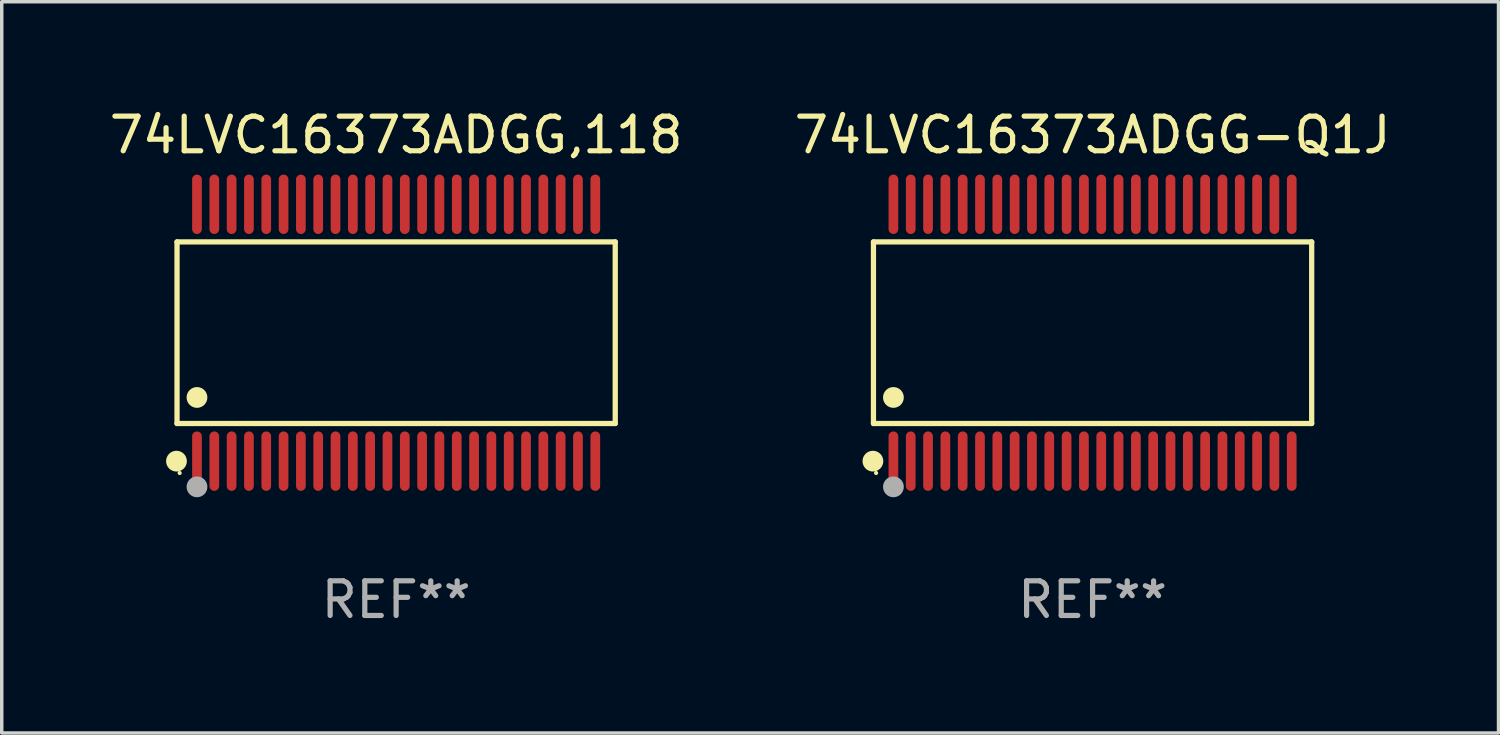
<source format=kicad_pcb>
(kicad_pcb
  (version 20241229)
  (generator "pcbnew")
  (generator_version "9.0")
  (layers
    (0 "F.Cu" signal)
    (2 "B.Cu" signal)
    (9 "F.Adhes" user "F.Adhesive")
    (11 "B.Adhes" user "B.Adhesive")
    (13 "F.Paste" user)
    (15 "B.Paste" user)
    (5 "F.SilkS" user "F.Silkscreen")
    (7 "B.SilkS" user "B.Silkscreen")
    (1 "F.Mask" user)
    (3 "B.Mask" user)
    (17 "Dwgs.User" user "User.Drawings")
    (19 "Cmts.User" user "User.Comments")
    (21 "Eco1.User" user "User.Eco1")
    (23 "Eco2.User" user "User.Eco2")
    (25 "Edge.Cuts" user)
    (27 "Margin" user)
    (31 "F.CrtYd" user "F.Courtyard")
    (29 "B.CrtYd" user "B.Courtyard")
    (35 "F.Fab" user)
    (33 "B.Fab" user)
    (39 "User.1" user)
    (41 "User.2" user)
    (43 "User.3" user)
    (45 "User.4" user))
  (footprint "74LVC16373ADGG-Q1J"
    (layer "F.Cu")
    (at 28.494 6.556)
    (property "Reference" "74LVC16373ADGG-Q1J" (at 0 -5.708 0) (layer "F.SilkS") (effects (font (size 1 1) (thickness 0.15))))
    (attr through_hole)
    (fp_line (start -6.326 -2.622) (end 6.326 -2.622) (stroke (width 0.152) (type solid)) (layer "F.SilkS"))
    (fp_line (start -6.326 2.621) (end -6.326 -2.622) (stroke (width 0.152) (type solid)) (layer "F.SilkS"))
    (fp_line (start 6.326 -2.622) (end 6.326 2.621) (stroke (width 0.152) (type solid)) (layer "F.SilkS"))
    (fp_line (start 6.326 2.621) (end -6.326 2.621) (stroke (width 0.152) (type solid)) (layer "F.SilkS"))
    (fp_circle (center -6.342 3.708) (end -6.192 3.708) (stroke (width 0.3) (type solid)) (fill no) (layer "F.SilkS"))
    (fp_circle (center -6.25 4.05) (end -6.22 4.05) (stroke (width 0.06) (type solid)) (fill no) (layer "F.SilkS"))
    (fp_circle (center -5.75 1.869) (end -5.6 1.869) (stroke (width 0.3) (type solid)) (fill no) (layer "F.SilkS"))
    (fp_circle (center -5.75 4.45) (end -5.6 4.45) (stroke (width 0.3) (type solid)) (fill no) (layer "F.Fab"))
    (fp_text user "REF**" (at 0 7.708 0) (layer "F.Fab") (effects (font (size 1 1) (thickness 0.15))))
    (pad "1" smd oval (at -5.75 3.708) (size 0.28 1.715) (layers "F.Cu" "F.Mask" "F.Paste"))
    (pad "2" smd oval (at -5.25 3.708) (size 0.28 1.715) (layers "F.Cu" "F.Mask" "F.Paste"))
    (pad "3" smd oval (at -4.75 3.708) (size 0.28 1.715) (layers "F.Cu" "F.Mask" "F.Paste"))
    (pad "4" smd oval (at -4.25 3.708) (size 0.28 1.715) (layers "F.Cu" "F.Mask" "F.Paste"))
    (pad "5" smd oval (at -3.75 3.708) (size 0.28 1.715) (layers "F.Cu" "F.Mask" "F.Paste"))
    (pad "6" smd oval (at -3.25 3.708) (size 0.28 1.715) (layers "F.Cu" "F.Mask" "F.Paste"))
    (pad "7" smd oval (at -2.75 3.708) (size 0.28 1.715) (layers "F.Cu" "F.Mask" "F.Paste"))
    (pad "8" smd oval (at -2.25 3.708) (size 0.28 1.715) (layers "F.Cu" "F.Mask" "F.Paste"))
    (pad "9" smd oval (at -1.75 3.708) (size 0.28 1.715) (layers "F.Cu" "F.Mask" "F.Paste"))
    (pad "10" smd oval (at -1.25 3.708) (size 0.28 1.715) (layers "F.Cu" "F.Mask" "F.Paste"))
    (pad "11" smd oval (at -0.75 3.708) (size 0.28 1.715) (layers "F.Cu" "F.Mask" "F.Paste"))
    (pad "12" smd oval (at -0.25 3.708) (size 0.28 1.715) (layers "F.Cu" "F.Mask" "F.Paste"))
    (pad "13" smd oval (at 0.25 3.708) (size 0.28 1.715) (layers "F.Cu" "F.Mask" "F.Paste"))
    (pad "14" smd oval (at 0.75 3.708) (size 0.28 1.715) (layers "F.Cu" "F.Mask" "F.Paste"))
    (pad "15" smd oval (at 1.25 3.708) (size 0.28 1.715) (layers "F.Cu" "F.Mask" "F.Paste"))
    (pad "16" smd oval (at 1.75 3.708) (size 0.28 1.715) (layers "F.Cu" "F.Mask" "F.Paste"))
    (pad "17" smd oval (at 2.25 3.708) (size 0.28 1.715) (layers "F.Cu" "F.Mask" "F.Paste"))
    (pad "18" smd oval (at 2.75 3.708) (size 0.28 1.715) (layers "F.Cu" "F.Mask" "F.Paste"))
    (pad "19" smd oval (at 3.25 3.708) (size 0.28 1.715) (layers "F.Cu" "F.Mask" "F.Paste"))
    (pad "20" smd oval (at 3.75 3.708) (size 0.28 1.715) (layers "F.Cu" "F.Mask" "F.Paste"))
    (pad "21" smd oval (at 4.25 3.708) (size 0.28 1.715) (layers "F.Cu" "F.Mask" "F.Paste"))
    (pad "22" smd oval (at 4.75 3.708) (size 0.28 1.715) (layers "F.Cu" "F.Mask" "F.Paste"))
    (pad "23" smd oval (at 5.25 3.708) (size 0.28 1.715) (layers "F.Cu" "F.Mask" "F.Paste"))
    (pad "24" smd oval (at 5.75 3.708) (size 0.28 1.715) (layers "F.Cu" "F.Mask" "F.Paste"))
    (pad "25" smd oval (at 5.75 -3.708) (size 0.28 1.715) (layers "F.Cu" "F.Mask" "F.Paste"))
    (pad "26" smd oval (at 5.25 -3.708) (size 0.28 1.715) (layers "F.Cu" "F.Mask" "F.Paste"))
    (pad "27" smd oval (at 4.75 -3.708) (size 0.28 1.715) (layers "F.Cu" "F.Mask" "F.Paste"))
    (pad "28" smd oval (at 4.25 -3.708) (size 0.28 1.715) (layers "F.Cu" "F.Mask" "F.Paste"))
    (pad "29" smd oval (at 3.75 -3.708) (size 0.28 1.715) (layers "F.Cu" "F.Mask" "F.Paste"))
    (pad "30" smd oval (at 3.25 -3.708) (size 0.28 1.715) (layers "F.Cu" "F.Mask" "F.Paste"))
    (pad "31" smd oval (at 2.75 -3.708) (size 0.28 1.715) (layers "F.Cu" "F.Mask" "F.Paste"))
    (pad "32" smd oval (at 2.25 -3.708) (size 0.28 1.715) (layers "F.Cu" "F.Mask" "F.Paste"))
    (pad "33" smd oval (at 1.75 -3.708) (size 0.28 1.715) (layers "F.Cu" "F.Mask" "F.Paste"))
    (pad "34" smd oval (at 1.25 -3.708) (size 0.28 1.715) (layers "F.Cu" "F.Mask" "F.Paste"))
    (pad "35" smd oval (at 0.75 -3.708) (size 0.28 1.715) (layers "F.Cu" "F.Mask" "F.Paste"))
    (pad "36" smd oval (at 0.25 -3.708) (size 0.28 1.715) (layers "F.Cu" "F.Mask" "F.Paste"))
    (pad "37" smd oval (at -0.25 -3.708) (size 0.28 1.715) (layers "F.Cu" "F.Mask" "F.Paste"))
    (pad "38" smd oval (at -0.75 -3.708) (size 0.28 1.715) (layers "F.Cu" "F.Mask" "F.Paste"))
    (pad "39" smd oval (at -1.25 -3.708) (size 0.28 1.715) (layers "F.Cu" "F.Mask" "F.Paste"))
    (pad "40" smd oval (at -1.75 -3.708) (size 0.28 1.715) (layers "F.Cu" "F.Mask" "F.Paste"))
    (pad "41" smd oval (at -2.25 -3.708) (size 0.28 1.715) (layers "F.Cu" "F.Mask" "F.Paste"))
    (pad "42" smd oval (at -2.75 -3.708) (size 0.28 1.715) (layers "F.Cu" "F.Mask" "F.Paste"))
    (pad "43" smd oval (at -3.25 -3.708) (size 0.28 1.715) (layers "F.Cu" "F.Mask" "F.Paste"))
    (pad "44" smd oval (at -3.75 -3.708) (size 0.28 1.715) (layers "F.Cu" "F.Mask" "F.Paste"))
    (pad "45" smd oval (at -4.25 -3.708) (size 0.28 1.715) (layers "F.Cu" "F.Mask" "F.Paste"))
    (pad "46" smd oval (at -4.75 -3.708) (size 0.28 1.715) (layers "F.Cu" "F.Mask" "F.Paste"))
    (pad "47" smd oval (at -5.25 -3.708) (size 0.28 1.715) (layers "F.Cu" "F.Mask" "F.Paste"))
    (pad "48" smd oval (at -5.75 -3.708) (size 0.28 1.715) (layers "F.Cu" "F.Mask" "F.Paste")))
  (footprint "74LVC16373ADGG,118"
    (layer "F.Cu")
    (at 8.387 6.556)
    (property "Reference" "74LVC16373ADGG,118" (at 0 -5.708 0) (layer "F.SilkS") (effects (font (size 1 1) (thickness 0.15))))
    (attr through_hole)
    (fp_line (start -6.326 -2.622) (end 6.326 -2.622) (stroke (width 0.152) (type solid)) (layer "F.SilkS"))
    (fp_line (start -6.326 2.621) (end -6.326 -2.622) (stroke (width 0.152) (type solid)) (layer "F.SilkS"))
    (fp_line (start 6.326 -2.622) (end 6.326 2.621) (stroke (width 0.152) (type solid)) (layer "F.SilkS"))
    (fp_line (start 6.326 2.621) (end -6.326 2.621) (stroke (width 0.152) (type solid)) (layer "F.SilkS"))
    (fp_circle (center -6.342 3.708) (end -6.192 3.708) (stroke (width 0.3) (type solid)) (fill no) (layer "F.SilkS"))
    (fp_circle (center -6.25 4.05) (end -6.22 4.05) (stroke (width 0.06) (type solid)) (fill no) (layer "F.SilkS"))
    (fp_circle (center -5.75 1.869) (end -5.6 1.869) (stroke (width 0.3) (type solid)) (fill no) (layer "F.SilkS"))
    (fp_circle (center -5.75 4.45) (end -5.6 4.45) (stroke (width 0.3) (type solid)) (fill no) (layer "F.Fab"))
    (fp_text user "REF**" (at 0 7.708 0) (layer "F.Fab") (effects (font (size 1 1) (thickness 0.15))))
    (pad "1" smd oval (at -5.75 3.708) (size 0.28 1.715) (layers "F.Cu" "F.Mask" "F.Paste"))
    (pad "2" smd oval (at -5.25 3.708) (size 0.28 1.715) (layers "F.Cu" "F.Mask" "F.Paste"))
    (pad "3" smd oval (at -4.75 3.708) (size 0.28 1.715) (layers "F.Cu" "F.Mask" "F.Paste"))
    (pad "4" smd oval (at -4.25 3.708) (size 0.28 1.715) (layers "F.Cu" "F.Mask" "F.Paste"))
    (pad "5" smd oval (at -3.75 3.708) (size 0.28 1.715) (layers "F.Cu" "F.Mask" "F.Paste"))
    (pad "6" smd oval (at -3.25 3.708) (size 0.28 1.715) (layers "F.Cu" "F.Mask" "F.Paste"))
    (pad "7" smd oval (at -2.75 3.708) (size 0.28 1.715) (layers "F.Cu" "F.Mask" "F.Paste"))
    (pad "8" smd oval (at -2.25 3.708) (size 0.28 1.715) (layers "F.Cu" "F.Mask" "F.Paste"))
    (pad "9" smd oval (at -1.75 3.708) (size 0.28 1.715) (layers "F.Cu" "F.Mask" "F.Paste"))
    (pad "10" smd oval (at -1.25 3.708) (size 0.28 1.715) (layers "F.Cu" "F.Mask" "F.Paste"))
    (pad "11" smd oval (at -0.75 3.708) (size 0.28 1.715) (layers "F.Cu" "F.Mask" "F.Paste"))
    (pad "12" smd oval (at -0.25 3.708) (size 0.28 1.715) (layers "F.Cu" "F.Mask" "F.Paste"))
    (pad "13" smd oval (at 0.25 3.708) (size 0.28 1.715) (layers "F.Cu" "F.Mask" "F.Paste"))
    (pad "14" smd oval (at 0.75 3.708) (size 0.28 1.715) (layers "F.Cu" "F.Mask" "F.Paste"))
    (pad "15" smd oval (at 1.25 3.708) (size 0.28 1.715) (layers "F.Cu" "F.Mask" "F.Paste"))
    (pad "16" smd oval (at 1.75 3.708) (size 0.28 1.715) (layers "F.Cu" "F.Mask" "F.Paste"))
    (pad "17" smd oval (at 2.25 3.708) (size 0.28 1.715) (layers "F.Cu" "F.Mask" "F.Paste"))
    (pad "18" smd oval (at 2.75 3.708) (size 0.28 1.715) (layers "F.Cu" "F.Mask" "F.Paste"))
    (pad "19" smd oval (at 3.25 3.708) (size 0.28 1.715) (layers "F.Cu" "F.Mask" "F.Paste"))
    (pad "20" smd oval (at 3.75 3.708) (size 0.28 1.715) (layers "F.Cu" "F.Mask" "F.Paste"))
    (pad "21" smd oval (at 4.25 3.708) (size 0.28 1.715) (layers "F.Cu" "F.Mask" "F.Paste"))
    (pad "22" smd oval (at 4.75 3.708) (size 0.28 1.715) (layers "F.Cu" "F.Mask" "F.Paste"))
    (pad "23" smd oval (at 5.25 3.708) (size 0.28 1.715) (layers "F.Cu" "F.Mask" "F.Paste"))
    (pad "24" smd oval (at 5.75 3.708) (size 0.28 1.715) (layers "F.Cu" "F.Mask" "F.Paste"))
    (pad "25" smd oval (at 5.75 -3.708) (size 0.28 1.715) (layers "F.Cu" "F.Mask" "F.Paste"))
    (pad "26" smd oval (at 5.25 -3.708) (size 0.28 1.715) (layers "F.Cu" "F.Mask" "F.Paste"))
    (pad "27" smd oval (at 4.75 -3.708) (size 0.28 1.715) (layers "F.Cu" "F.Mask" "F.Paste"))
    (pad "28" smd oval (at 4.25 -3.708) (size 0.28 1.715) (layers "F.Cu" "F.Mask" "F.Paste"))
    (pad "29" smd oval (at 3.75 -3.708) (size 0.28 1.715) (layers "F.Cu" "F.Mask" "F.Paste"))
    (pad "30" smd oval (at 3.25 -3.708) (size 0.28 1.715) (layers "F.Cu" "F.Mask" "F.Paste"))
    (pad "31" smd oval (at 2.75 -3.708) (size 0.28 1.715) (layers "F.Cu" "F.Mask" "F.Paste"))
    (pad "32" smd oval (at 2.25 -3.708) (size 0.28 1.715) (layers "F.Cu" "F.Mask" "F.Paste"))
    (pad "33" smd oval (at 1.75 -3.708) (size 0.28 1.715) (layers "F.Cu" "F.Mask" "F.Paste"))
    (pad "34" smd oval (at 1.25 -3.708) (size 0.28 1.715) (layers "F.Cu" "F.Mask" "F.Paste"))
    (pad "35" smd oval (at 0.75 -3.708) (size 0.28 1.715) (layers "F.Cu" "F.Mask" "F.Paste"))
    (pad "36" smd oval (at 0.25 -3.708) (size 0.28 1.715) (layers "F.Cu" "F.Mask" "F.Paste"))
    (pad "37" smd oval (at -0.25 -3.708) (size 0.28 1.715) (layers "F.Cu" "F.Mask" "F.Paste"))
    (pad "38" smd oval (at -0.75 -3.708) (size 0.28 1.715) (layers "F.Cu" "F.Mask" "F.Paste"))
    (pad "39" smd oval (at -1.25 -3.708) (size 0.28 1.715) (layers "F.Cu" "F.Mask" "F.Paste"))
    (pad "40" smd oval (at -1.75 -3.708) (size 0.28 1.715) (layers "F.Cu" "F.Mask" "F.Paste"))
    (pad "41" smd oval (at -2.25 -3.708) (size 0.28 1.715) (layers "F.Cu" "F.Mask" "F.Paste"))
    (pad "42" smd oval (at -2.75 -3.708) (size 0.28 1.715) (layers "F.Cu" "F.Mask" "F.Paste"))
    (pad "43" smd oval (at -3.25 -3.708) (size 0.28 1.715) (layers "F.Cu" "F.Mask" "F.Paste"))
    (pad "44" smd oval (at -3.75 -3.708) (size 0.28 1.715) (layers "F.Cu" "F.Mask" "F.Paste"))
    (pad "45" smd oval (at -4.25 -3.708) (size 0.28 1.715) (layers "F.Cu" "F.Mask" "F.Paste"))
    (pad "46" smd oval (at -4.75 -3.708) (size 0.28 1.715) (layers "F.Cu" "F.Mask" "F.Paste"))
    (pad "47" smd oval (at -5.25 -3.708) (size 0.28 1.715) (layers "F.Cu" "F.Mask" "F.Paste"))
    (pad "48" smd oval (at -5.75 -3.708) (size 0.28 1.715) (layers "F.Cu" "F.Mask" "F.Paste")))
  (gr_rect
    (start -3 -3)
    (end 40.214 18.112)
    (stroke (width 0.1) (type default))
    (fill no)
    (layer "Edge.Cuts")))
</source>
